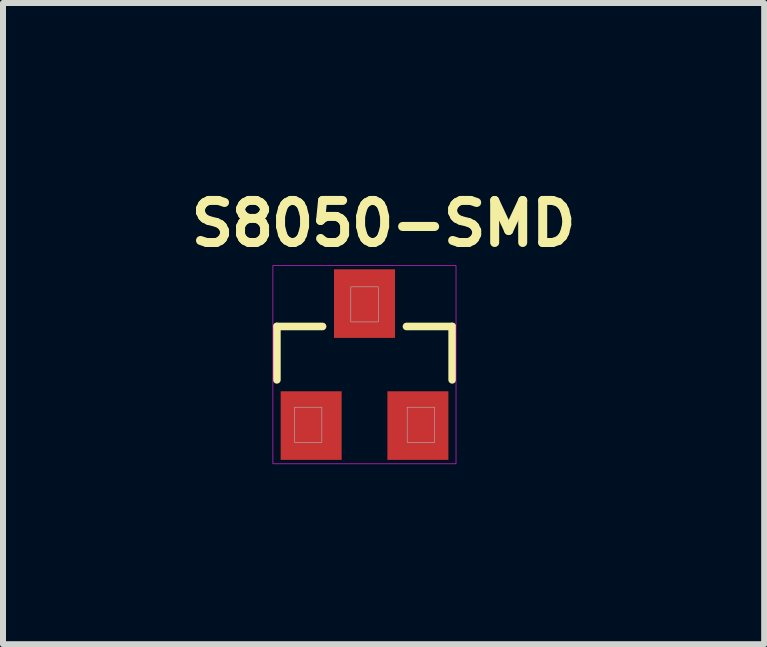
<source format=kicad_pcb>
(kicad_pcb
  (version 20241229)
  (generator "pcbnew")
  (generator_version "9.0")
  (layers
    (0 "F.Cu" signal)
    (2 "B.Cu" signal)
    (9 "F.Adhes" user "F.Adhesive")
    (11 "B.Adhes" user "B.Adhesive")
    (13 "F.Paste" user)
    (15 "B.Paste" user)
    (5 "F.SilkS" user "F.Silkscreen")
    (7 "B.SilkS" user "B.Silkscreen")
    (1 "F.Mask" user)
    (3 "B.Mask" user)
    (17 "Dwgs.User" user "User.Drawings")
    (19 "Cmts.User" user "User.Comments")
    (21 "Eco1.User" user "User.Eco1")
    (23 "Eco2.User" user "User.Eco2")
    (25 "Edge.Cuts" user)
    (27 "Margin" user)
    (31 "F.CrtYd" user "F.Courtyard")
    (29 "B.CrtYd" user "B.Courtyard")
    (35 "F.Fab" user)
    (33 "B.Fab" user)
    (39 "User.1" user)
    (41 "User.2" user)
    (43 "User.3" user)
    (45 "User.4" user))
  (footprint "S8050-SMD"
    (layer "F.Cu")
    (at 3.022 3.023)
    (property "Reference" "S8050-SMD" (at 0.318 -2.35 0) (layer "F.SilkS") (effects (font (size 0.7 0.7) (thickness 0.15))))
    (attr smd)
    (fp_line (start -1.46 -0.635) (end -1.46 0.254) (stroke (width 0.127) (type solid)) (layer "F.SilkS"))
    (fp_line (start -0.699 -0.635) (end -1.46 -0.635) (stroke (width 0.127) (type solid)) (layer "F.SilkS"))
    (fp_line (start 1.46 -0.635) (end 0.699 -0.635) (stroke (width 0.127) (type solid)) (layer "F.SilkS"))
    (fp_line (start 1.46 0.254) (end 1.46 -0.635) (stroke (width 0.127) (type solid)) (layer "F.SilkS"))
    (fp_poly (pts (xy -1.526 -1.651) (xy 1.524 -1.651) (xy 1.524 1.653) (xy -1.526 1.653)) (stroke (width 0.01) (type solid)) (fill no) (layer "F.CrtYd"))
    (fp_poly (pts (xy -1.168 0.711) (xy -0.711 0.711) (xy -0.711 1.295) (xy -1.168 1.295)) (stroke (width 0.01) (type solid)) (fill no) (layer "F.Fab"))
    (fp_poly (pts (xy -0.229 -1.295) (xy 0.229 -1.295) (xy 0.229 -0.711) (xy -0.229 -0.711)) (stroke (width 0.01) (type solid)) (fill no) (layer "F.Fab"))
    (fp_poly (pts (xy 0.711 0.711) (xy 1.168 0.711) (xy 1.168 1.296) (xy 0.711 1.296)) (stroke (width 0.01) (type solid)) (fill no) (layer "F.Fab"))
    (pad "1" smd rect (at -0.889 1.016) (size 1.016 1.143) (layers "F.Cu" "F.Mask" "F.Paste"))
    (pad "2" smd rect (at 0.889 1.016) (size 1.016 1.143) (layers "F.Cu" "F.Mask" "F.Paste"))
    (pad "3" smd rect (at 0 -1.016) (size 1.016 1.143) (layers "F.Cu" "F.Mask" "F.Paste")))
  (gr_rect
    (start -3 -3)
    (end 9.679 7.681)
    (stroke (width 0.1) (type default))
    (fill no)
    (layer "Edge.Cuts")))
</source>
